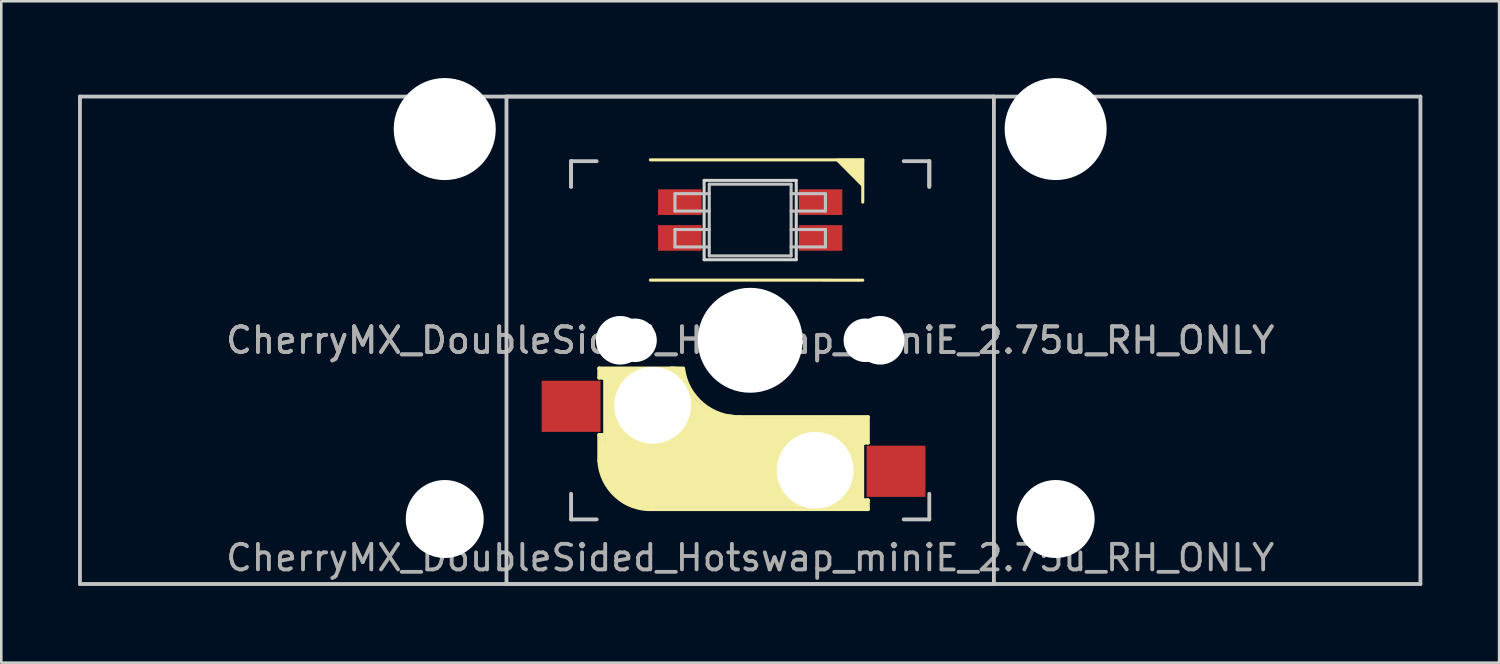
<source format=kicad_pcb>
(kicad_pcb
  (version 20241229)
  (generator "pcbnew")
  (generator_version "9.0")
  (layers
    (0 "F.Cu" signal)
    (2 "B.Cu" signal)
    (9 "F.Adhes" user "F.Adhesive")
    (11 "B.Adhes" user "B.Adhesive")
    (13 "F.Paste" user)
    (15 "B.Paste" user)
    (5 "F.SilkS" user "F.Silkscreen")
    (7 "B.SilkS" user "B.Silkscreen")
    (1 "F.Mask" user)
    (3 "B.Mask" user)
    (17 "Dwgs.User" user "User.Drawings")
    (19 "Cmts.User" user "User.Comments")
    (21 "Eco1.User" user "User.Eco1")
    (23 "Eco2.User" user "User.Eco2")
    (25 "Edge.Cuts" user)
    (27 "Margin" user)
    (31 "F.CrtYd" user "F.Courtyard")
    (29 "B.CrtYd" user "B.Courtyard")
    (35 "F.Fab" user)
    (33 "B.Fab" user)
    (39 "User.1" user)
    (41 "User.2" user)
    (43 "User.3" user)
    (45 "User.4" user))
  (footprint "CherryMX_DoubleSided_Hotswap_miniE_2.75u_RH_ONLY"
    (layer "F.Cu")
    (at 26.269 10.249)
    (property "Reference" "CherryMX_DoubleSided_Hotswap_miniE_2.75u_RH_ONLY" (at 0 8.5 0) (layer "F.Fab") (effects (font (size 1 1) (thickness 0.15))))
    (attr through_hole)
    (fp_line (start -5.9 1.1) (end -5.9 1.46) (stroke (width 0.15) (type solid)) (layer "F.SilkS"))
    (fp_line (start -5.9 1.1) (end -2.62 1.1) (stroke (width 0.15) (type solid)) (layer "F.SilkS"))
    (fp_line (start -5.9 3.7) (end -5.7 3.7) (stroke (width 0.15) (type solid)) (layer "F.SilkS"))
    (fp_line (start -5.9 4.7) (end -5.9 3.7) (stroke (width 0.15) (type solid)) (layer "F.SilkS"))
    (fp_line (start -5.8 3.8) (end -5.8 4.7) (stroke (width 0.3) (type solid)) (layer "F.SilkS"))
    (fp_line (start -5.7 1.3) (end -3 1.3) (stroke (width 0.5) (type solid)) (layer "F.SilkS"))
    (fp_line (start -5.7 1.46) (end -5.9 1.46) (stroke (width 0.15) (type solid)) (layer "F.SilkS"))
    (fp_line (start -5.67 3.7) (end -5.67 1.46) (stroke (width 0.15) (type solid)) (layer "F.SilkS"))
    (fp_line (start -5.3 1.6) (end -5.3 3.4) (stroke (width 0.8) (type solid)) (layer "F.SilkS"))
    (fp_line (start -4.17 5.1) (end -4.17 2.86) (stroke (width 3) (type solid)) (layer "F.SilkS"))
    (fp_line (start -3.9 -7.052) (end 4.4 -7.052) (stroke (width 0.12) (type solid)) (layer "F.SilkS"))
    (fp_line (start -0.4 3) (end 4.6 3) (stroke (width 0.15) (type solid)) (layer "F.SilkS"))
    (fp_line (start 2.6 4.8) (end -4.1 4.8) (stroke (width 3.5) (type solid)) (layer "F.SilkS"))
    (fp_line (start 3.9 6) (end 3.9 3.5) (stroke (width 1) (type solid)) (layer "F.SilkS"))
    (fp_line (start 4.3 3.3) (end 2.9 3.3) (stroke (width 0.5) (type solid)) (layer "F.SilkS"))
    (fp_line (start 4.38 4) (end 4.38 6.25) (stroke (width 0.15) (type solid)) (layer "F.SilkS"))
    (fp_line (start 4.4 -7.052) (end 4.4 -5.401) (stroke (width 0.12) (type solid)) (layer "F.SilkS"))
    (fp_line (start 4.4 -2.349) (end -3.9 -2.352) (stroke (width 0.12) (type solid)) (layer "F.SilkS"))
    (fp_line (start 4.4 3.9) (end 4.4 3.2) (stroke (width 0.4) (type solid)) (layer "F.SilkS"))
    (fp_line (start 4.4 6.25) (end 4.6 6.25) (stroke (width 0.15) (type solid)) (layer "F.SilkS"))
    (fp_line (start 4.4 6.4) (end 3 6.4) (stroke (width 0.4) (type solid)) (layer "F.SilkS"))
    (fp_line (start 4.6 3) (end 4.6 4) (stroke (width 0.15) (type solid)) (layer "F.SilkS"))
    (fp_line (start 4.6 4) (end 4.4 4) (stroke (width 0.15) (type solid)) (layer "F.SilkS"))
    (fp_line (start 4.6 6.25) (end 4.6 6.6) (stroke (width 0.15) (type solid)) (layer "F.SilkS"))
    (fp_line (start 4.6 6.6) (end -3.8 6.6) (stroke (width 0.15) (type solid)) (layer "F.SilkS"))
    (fp_arc (start -3.8 6.600001) (mid -5.243504 6.084925) (end -5.900001 4.7) (stroke (width 0.15) (type solid)) (layer "F.SilkS"))
    (fp_arc (start -0.8 3.4) (mid -2.268709 2.886118) (end -3.016318 1.521471) (stroke (width 1) (type solid)) (layer "F.SilkS"))
    (fp_arc (start -0.4 3) (mid -1.868709 2.486118) (end -2.616318 1.121471) (stroke (width 0.15) (type solid)) (layer "F.SilkS"))
    (fp_poly (pts (xy 3.392 -7.049) (xy 4.4 -7.052) (xy 4.4 -6.036)) (stroke (width 0.1) (type solid)) (fill yes) (layer "F.SilkS"))
    (fp_line (start -4.3 3.3) (end -2.9 3.3) (stroke (width 0.5) (type solid)) (layer "B.SilkS"))
    (fp_line (start -26.194 -9.525) (end 26.194 -9.525) (stroke (width 0.15) (type solid)) (layer "Dwgs.User"))
    (fp_line (start -26.194 9.525) (end -26.194 -9.525) (stroke (width 0.15) (type solid)) (layer "Dwgs.User"))
    (fp_line (start -9.525 -9.525) (end 9.525 -9.525) (stroke (width 0.15) (type solid)) (layer "Dwgs.User"))
    (fp_line (start -9.525 9.525) (end -9.525 -9.525) (stroke (width 0.15) (type solid)) (layer "Dwgs.User"))
    (fp_line (start -7 -7) (end -7 -6) (stroke (width 0.15) (type solid)) (layer "Dwgs.User"))
    (fp_line (start -7 -7) (end -6 -7) (stroke (width 0.15) (type solid)) (layer "Dwgs.User"))
    (fp_line (start -7 -6) (end -7 -7) (stroke (width 0.15) (type solid)) (layer "Dwgs.User"))
    (fp_line (start -7 7) (end -7 6) (stroke (width 0.15) (type solid)) (layer "Dwgs.User"))
    (fp_line (start -7 7) (end -6 7) (stroke (width 0.15) (type solid)) (layer "Dwgs.User"))
    (fp_line (start -2.94 -5.729) (end -2.94 -5.049) (stroke (width 0.12) (type solid)) (layer "Dwgs.User"))
    (fp_line (start -2.94 -5.049) (end -1.6 -5.049) (stroke (width 0.12) (type solid)) (layer "Dwgs.User"))
    (fp_line (start -2.94 -4.329) (end -2.94 -3.649) (stroke (width 0.12) (type solid)) (layer "Dwgs.User"))
    (fp_line (start -2.94 -3.649) (end -1.6 -3.649) (stroke (width 0.12) (type solid)) (layer "Dwgs.User"))
    (fp_line (start -1.6 -5.729) (end -2.94 -5.729) (stroke (width 0.12) (type solid)) (layer "Dwgs.User"))
    (fp_line (start -1.6 -4.329) (end -2.94 -4.329) (stroke (width 0.12) (type solid)) (layer "Dwgs.User"))
    (fp_line (start -1.6 -3.299) (end -1.6 -6.099) (stroke (width 0.12) (type solid)) (layer "Dwgs.User"))
    (fp_line (start 1.6 -6.099) (end -1.6 -6.099) (stroke (width 0.12) (type solid)) (layer "Dwgs.User"))
    (fp_line (start 1.6 -5.049) (end 2.94 -5.049) (stroke (width 0.12) (type solid)) (layer "Dwgs.User"))
    (fp_line (start 1.6 -3.649) (end 2.94 -3.649) (stroke (width 0.12) (type solid)) (layer "Dwgs.User"))
    (fp_line (start 1.6 -3.299) (end -1.6 -3.299) (stroke (width 0.12) (type solid)) (layer "Dwgs.User"))
    (fp_line (start 1.6 -3.299) (end 1.6 -6.099) (stroke (width 0.12) (type solid)) (layer "Dwgs.User"))
    (fp_line (start 2.94 -5.729) (end 1.6 -5.729) (stroke (width 0.12) (type solid)) (layer "Dwgs.User"))
    (fp_line (start 2.94 -5.049) (end 2.94 -5.729) (stroke (width 0.12) (type solid)) (layer "Dwgs.User"))
    (fp_line (start 2.94 -4.329) (end 1.6 -4.329) (stroke (width 0.12) (type solid)) (layer "Dwgs.User"))
    (fp_line (start 2.94 -3.649) (end 2.94 -4.329) (stroke (width 0.12) (type solid)) (layer "Dwgs.User"))
    (fp_line (start 7 -7) (end 6 -7) (stroke (width 0.15) (type solid)) (layer "Dwgs.User"))
    (fp_line (start 7 -6) (end 7 -7) (stroke (width 0.15) (type solid)) (layer "Dwgs.User"))
    (fp_line (start 7 -6) (end 7 -7) (stroke (width 0.15) (type solid)) (layer "Dwgs.User"))
    (fp_line (start 7 6) (end 7 7) (stroke (width 0.15) (type solid)) (layer "Dwgs.User"))
    (fp_line (start 7 7) (end 6 7) (stroke (width 0.15) (type solid)) (layer "Dwgs.User"))
    (fp_line (start 9.525 -9.525) (end 9.525 9.525) (stroke (width 0.15) (type solid)) (layer "Dwgs.User"))
    (fp_line (start 9.525 9.525) (end -9.525 9.525) (stroke (width 0.15) (type solid)) (layer "Dwgs.User"))
    (fp_line (start 26.194 -9.525) (end 26.194 9.525) (stroke (width 0.15) (type solid)) (layer "Dwgs.User"))
    (fp_line (start 26.194 9.525) (end -26.194 9.525) (stroke (width 0.15) (type solid)) (layer "Dwgs.User"))
    (fp_line (start -1.8 -6.249) (end -1.8 -3.149) (stroke (width 0.12) (type solid)) (layer "Edge.Cuts"))
    (fp_line (start -1.8 -3.149) (end 1.8 -3.149) (stroke (width 0.12) (type solid)) (layer "Edge.Cuts"))
    (fp_line (start 1.8 -6.249) (end -1.8 -6.249) (stroke (width 0.12) (type solid)) (layer "Edge.Cuts"))
    (fp_line (start 1.8 -3.149) (end 1.8 -6.249) (stroke (width 0.12) (type solid)) (layer "Edge.Cuts"))
    (fp_text user "${REFERENCE}" (at 0 0 180) (layer "F.Fab") (effects (font (size 1 1) (thickness 0.15))))
    (fp_text user "${REFERENCE}" (at 0 0 180) (layer "F.Fab") (effects (font (size 1 1) (thickness 0.15))))
    (pad "" np_thru_hole circle (at -11.938 -8.255) (size 3.988 3.988) (drill 3.988) (layers "*.Cu" "*.Mask"))
    (pad "" np_thru_hole circle (at -11.938 6.985) (size 3.048 3.048) (drill 3.048) (layers "*.Cu" "*.Mask"))
    (pad "" np_thru_hole circle (at -5.08 0 180) (size 1.9 1.9) (drill 1.9) (layers "*.Cu" "*.Mask"))
    (pad "" np_thru_hole circle (at -4.5 0 180) (size 1.7 1.7) (drill 1.7) (layers "*.Cu" "*.Mask"))
    (pad "" np_thru_hole circle (at -3.81 2.54) (size 3 3) (drill 3) (layers "*.Cu" "*.Mask"))
    (pad "" np_thru_hole circle (at 0 0 270) (size 4.1 4.1) (drill 4.1) (layers "*.Cu" "*.Mask"))
    (pad "" np_thru_hole circle (at 2.54 5.08) (size 3 3) (drill 3) (layers "*.Cu" "*.Mask"))
    (pad "" np_thru_hole circle (at 4.5 0 180) (size 1.7 1.7) (drill 1.7) (layers "*.Cu" "*.Mask"))
    (pad "" np_thru_hole circle (at 5.08 0 180) (size 1.9 1.9) (drill 1.9) (layers "*.Cu" "*.Mask"))
    (pad "" np_thru_hole circle (at 11.938 -8.255) (size 3.988 3.988) (drill 3.988) (layers "*.Cu" "*.Mask"))
    (pad "" np_thru_hole circle (at 11.938 6.985) (size 3.048 3.048) (drill 3.048) (layers "*.Cu" "*.Mask"))
    (pad "1" smd rect (at -2.75 -3.999 180) (size 1.7 1) (layers "F.Cu" "F.Mask" "F.Paste"))
    (pad "2" smd rect (at -2.75 -5.399 180) (size 1.7 1) (layers "F.Cu" "F.Mask" "F.Paste"))
    (pad "3" smd rect (at 2.75 -5.399 180) (size 1.7 1) (layers "F.Cu" "F.Mask" "F.Paste"))
    (pad "4" smd rect (at 2.75 -3.999 180) (size 1.7 1) (layers "F.Cu" "F.Mask" "F.Paste"))
    (pad "5" smd rect (at 5.7 5.12) (size 2.3 2) (layers "F.Cu" "F.Mask" "F.Paste"))
    (pad "6" smd rect (at -7 2.58) (size 2.3 2) (layers "F.Cu" "F.Mask" "F.Paste")))
  (gr_rect
    (start -3 -3)
    (end 55.538 22.849)
    (stroke (width 0.1) (type default))
    (fill no)
    (layer "Edge.Cuts")))
</source>
